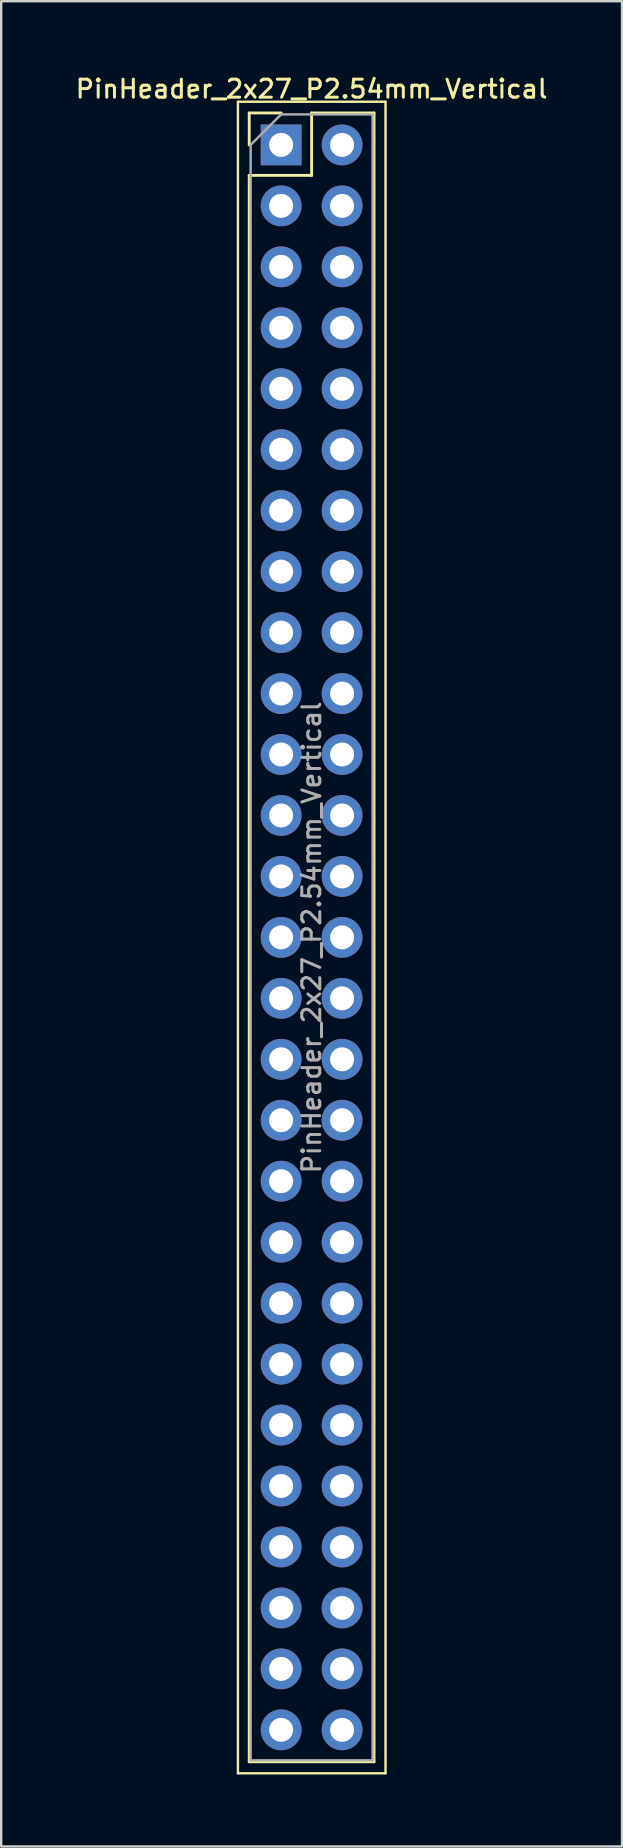
<source format=kicad_pcb>
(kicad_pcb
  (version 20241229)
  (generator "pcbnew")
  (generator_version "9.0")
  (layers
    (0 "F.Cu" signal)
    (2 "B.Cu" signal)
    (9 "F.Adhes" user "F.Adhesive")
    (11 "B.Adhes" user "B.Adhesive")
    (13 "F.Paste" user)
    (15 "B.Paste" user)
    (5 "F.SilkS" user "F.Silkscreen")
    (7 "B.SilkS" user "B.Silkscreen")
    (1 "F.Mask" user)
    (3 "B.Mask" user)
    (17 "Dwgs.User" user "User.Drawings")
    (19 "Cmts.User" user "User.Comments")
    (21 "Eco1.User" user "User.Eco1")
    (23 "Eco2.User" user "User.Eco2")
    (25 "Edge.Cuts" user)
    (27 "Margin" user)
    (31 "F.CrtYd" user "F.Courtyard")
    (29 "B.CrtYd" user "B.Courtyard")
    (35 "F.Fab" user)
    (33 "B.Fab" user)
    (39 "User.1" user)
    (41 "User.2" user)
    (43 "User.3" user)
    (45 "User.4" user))
  (footprint "PinHeader_2x27_P2.54mm_Vertical"
    (layer "F.Cu")
    (at 8.664 2.988)
    (property "Reference" "PinHeader_2x27_P2.54mm_Vertical" (at 1.27 -2.33 0) (layer "F.SilkS") (effects (font (size 0.75 0.75) (thickness 0.125))))
    (attr through_hole)
    (fp_line (start -1.8 -1.8) (end -1.8 67.85) (stroke (width 0.1) (type solid)) (layer "F.SilkS"))
    (fp_line (start -1.8 67.85) (end 4.35 67.85) (stroke (width 0.1) (type solid)) (layer "F.SilkS"))
    (fp_line (start -1.33 -1.33) (end 0 -1.33) (stroke (width 0.12) (type solid)) (layer "F.SilkS"))
    (fp_line (start -1.33 0) (end -1.33 -1.33) (stroke (width 0.12) (type solid)) (layer "F.SilkS"))
    (fp_line (start -1.33 1.27) (end -1.33 67.37) (stroke (width 0.12) (type solid)) (layer "F.SilkS"))
    (fp_line (start -1.33 1.27) (end 1.27 1.27) (stroke (width 0.12) (type solid)) (layer "F.SilkS"))
    (fp_line (start -1.33 67.37) (end 3.87 67.37) (stroke (width 0.12) (type solid)) (layer "F.SilkS"))
    (fp_line (start 1.27 -1.33) (end 3.87 -1.33) (stroke (width 0.12) (type solid)) (layer "F.SilkS"))
    (fp_line (start 1.27 1.27) (end 1.27 -1.33) (stroke (width 0.12) (type solid)) (layer "F.SilkS"))
    (fp_line (start 3.87 -1.33) (end 3.87 67.37) (stroke (width 0.12) (type solid)) (layer "F.SilkS"))
    (fp_line (start 4.35 -1.8) (end -1.8 -1.8) (stroke (width 0.1) (type solid)) (layer "F.SilkS"))
    (fp_line (start 4.35 67.85) (end 4.35 -1.8) (stroke (width 0.1) (type solid)) (layer "F.SilkS"))
    (fp_line (start -1.27 0) (end 0 -1.27) (stroke (width 0.1) (type solid)) (layer "F.Fab"))
    (fp_line (start -1.27 67.31) (end -1.27 0) (stroke (width 0.1) (type solid)) (layer "F.Fab"))
    (fp_line (start 0 -1.27) (end 3.81 -1.27) (stroke (width 0.1) (type solid)) (layer "F.Fab"))
    (fp_line (start 3.81 -1.27) (end 3.81 67.31) (stroke (width 0.1) (type solid)) (layer "F.Fab"))
    (fp_line (start 3.81 67.31) (end -1.27 67.31) (stroke (width 0.1) (type solid)) (layer "F.Fab"))
    (fp_text user "${REFERENCE}" (at 1.27 33.02 90) (layer "F.Fab") (effects (font (size 0.75 0.75) (thickness 0.125))))
    (pad "1" thru_hole rect (at 0 0) (size 1.7 1.7) (drill 1) (layers "*.Cu" "*.Mask"))
    (pad "2" thru_hole oval (at 2.54 0) (size 1.7 1.7) (drill 1) (layers "*.Cu" "*.Mask"))
    (pad "3" thru_hole oval (at 0 2.54) (size 1.7 1.7) (drill 1) (layers "*.Cu" "*.Mask"))
    (pad "4" thru_hole oval (at 2.54 2.54) (size 1.7 1.7) (drill 1) (layers "*.Cu" "*.Mask"))
    (pad "5" thru_hole oval (at 0 5.08) (size 1.7 1.7) (drill 1) (layers "*.Cu" "*.Mask"))
    (pad "6" thru_hole oval (at 2.54 5.08) (size 1.7 1.7) (drill 1) (layers "*.Cu" "*.Mask"))
    (pad "7" thru_hole oval (at 0 7.62) (size 1.7 1.7) (drill 1) (layers "*.Cu" "*.Mask"))
    (pad "8" thru_hole oval (at 2.54 7.62) (size 1.7 1.7) (drill 1) (layers "*.Cu" "*.Mask"))
    (pad "9" thru_hole oval (at 0 10.16) (size 1.7 1.7) (drill 1) (layers "*.Cu" "*.Mask"))
    (pad "10" thru_hole oval (at 2.54 10.16) (size 1.7 1.7) (drill 1) (layers "*.Cu" "*.Mask"))
    (pad "11" thru_hole oval (at 0 12.7) (size 1.7 1.7) (drill 1) (layers "*.Cu" "*.Mask"))
    (pad "12" thru_hole oval (at 2.54 12.7) (size 1.7 1.7) (drill 1) (layers "*.Cu" "*.Mask"))
    (pad "13" thru_hole oval (at 0 15.24) (size 1.7 1.7) (drill 1) (layers "*.Cu" "*.Mask"))
    (pad "14" thru_hole oval (at 2.54 15.24) (size 1.7 1.7) (drill 1) (layers "*.Cu" "*.Mask"))
    (pad "15" thru_hole oval (at 0 17.78) (size 1.7 1.7) (drill 1) (layers "*.Cu" "*.Mask"))
    (pad "16" thru_hole oval (at 2.54 17.78) (size 1.7 1.7) (drill 1) (layers "*.Cu" "*.Mask"))
    (pad "17" thru_hole oval (at 0 20.32) (size 1.7 1.7) (drill 1) (layers "*.Cu" "*.Mask"))
    (pad "18" thru_hole oval (at 2.54 20.32) (size 1.7 1.7) (drill 1) (layers "*.Cu" "*.Mask"))
    (pad "19" thru_hole oval (at 0 22.86) (size 1.7 1.7) (drill 1) (layers "*.Cu" "*.Mask"))
    (pad "20" thru_hole oval (at 2.54 22.86) (size 1.7 1.7) (drill 1) (layers "*.Cu" "*.Mask"))
    (pad "21" thru_hole oval (at 0 25.4) (size 1.7 1.7) (drill 1) (layers "*.Cu" "*.Mask"))
    (pad "22" thru_hole oval (at 2.54 25.4) (size 1.7 1.7) (drill 1) (layers "*.Cu" "*.Mask"))
    (pad "23" thru_hole oval (at 0 27.94) (size 1.7 1.7) (drill 1) (layers "*.Cu" "*.Mask"))
    (pad "24" thru_hole oval (at 2.54 27.94) (size 1.7 1.7) (drill 1) (layers "*.Cu" "*.Mask"))
    (pad "25" thru_hole oval (at 0 30.48) (size 1.7 1.7) (drill 1) (layers "*.Cu" "*.Mask"))
    (pad "26" thru_hole oval (at 2.54 30.48) (size 1.7 1.7) (drill 1) (layers "*.Cu" "*.Mask"))
    (pad "27" thru_hole oval (at 0 33.02) (size 1.7 1.7) (drill 1) (layers "*.Cu" "*.Mask"))
    (pad "28" thru_hole oval (at 2.54 33.02) (size 1.7 1.7) (drill 1) (layers "*.Cu" "*.Mask"))
    (pad "29" thru_hole oval (at 0 35.56) (size 1.7 1.7) (drill 1) (layers "*.Cu" "*.Mask"))
    (pad "30" thru_hole oval (at 2.54 35.56) (size 1.7 1.7) (drill 1) (layers "*.Cu" "*.Mask"))
    (pad "31" thru_hole oval (at 0 38.1) (size 1.7 1.7) (drill 1) (layers "*.Cu" "*.Mask"))
    (pad "32" thru_hole oval (at 2.54 38.1) (size 1.7 1.7) (drill 1) (layers "*.Cu" "*.Mask"))
    (pad "33" thru_hole oval (at 0 40.64) (size 1.7 1.7) (drill 1) (layers "*.Cu" "*.Mask"))
    (pad "34" thru_hole oval (at 2.54 40.64) (size 1.7 1.7) (drill 1) (layers "*.Cu" "*.Mask"))
    (pad "35" thru_hole oval (at 0 43.18) (size 1.7 1.7) (drill 1) (layers "*.Cu" "*.Mask"))
    (pad "36" thru_hole oval (at 2.54 43.18) (size 1.7 1.7) (drill 1) (layers "*.Cu" "*.Mask"))
    (pad "37" thru_hole oval (at 0 45.72) (size 1.7 1.7) (drill 1) (layers "*.Cu" "*.Mask"))
    (pad "38" thru_hole oval (at 2.54 45.72) (size 1.7 1.7) (drill 1) (layers "*.Cu" "*.Mask"))
    (pad "39" thru_hole oval (at 0 48.26) (size 1.7 1.7) (drill 1) (layers "*.Cu" "*.Mask"))
    (pad "40" thru_hole oval (at 2.54 48.26) (size 1.7 1.7) (drill 1) (layers "*.Cu" "*.Mask"))
    (pad "41" thru_hole oval (at 0 50.8) (size 1.7 1.7) (drill 1) (layers "*.Cu" "*.Mask"))
    (pad "42" thru_hole oval (at 2.54 50.8) (size 1.7 1.7) (drill 1) (layers "*.Cu" "*.Mask"))
    (pad "43" thru_hole oval (at 0 53.34) (size 1.7 1.7) (drill 1) (layers "*.Cu" "*.Mask"))
    (pad "44" thru_hole oval (at 2.54 53.34) (size 1.7 1.7) (drill 1) (layers "*.Cu" "*.Mask"))
    (pad "45" thru_hole oval (at 0 55.88) (size 1.7 1.7) (drill 1) (layers "*.Cu" "*.Mask"))
    (pad "46" thru_hole oval (at 2.54 55.88) (size 1.7 1.7) (drill 1) (layers "*.Cu" "*.Mask"))
    (pad "47" thru_hole oval (at 0 58.42) (size 1.7 1.7) (drill 1) (layers "*.Cu" "*.Mask"))
    (pad "48" thru_hole oval (at 2.54 58.42) (size 1.7 1.7) (drill 1) (layers "*.Cu" "*.Mask"))
    (pad "49" thru_hole oval (at 0 60.96) (size 1.7 1.7) (drill 1) (layers "*.Cu" "*.Mask"))
    (pad "50" thru_hole oval (at 2.54 60.96) (size 1.7 1.7) (drill 1) (layers "*.Cu" "*.Mask"))
    (pad "51" thru_hole oval (at 0 63.5) (size 1.7 1.7) (drill 1) (layers "*.Cu" "*.Mask"))
    (pad "52" thru_hole oval (at 2.54 63.5) (size 1.7 1.7) (drill 1) (layers "*.Cu" "*.Mask"))
    (pad "53" thru_hole oval (at 0 66.04) (size 1.7 1.7) (drill 1) (layers "*.Cu" "*.Mask"))
    (pad "54" thru_hole oval (at 2.54 66.04) (size 1.7 1.7) (drill 1) (layers "*.Cu" "*.Mask")))
  (gr_rect
    (start -3 -3)
    (end 22.868 73.888)
    (stroke (width 0.1) (type default))
    (fill no)
    (layer "Edge.Cuts")))
</source>
